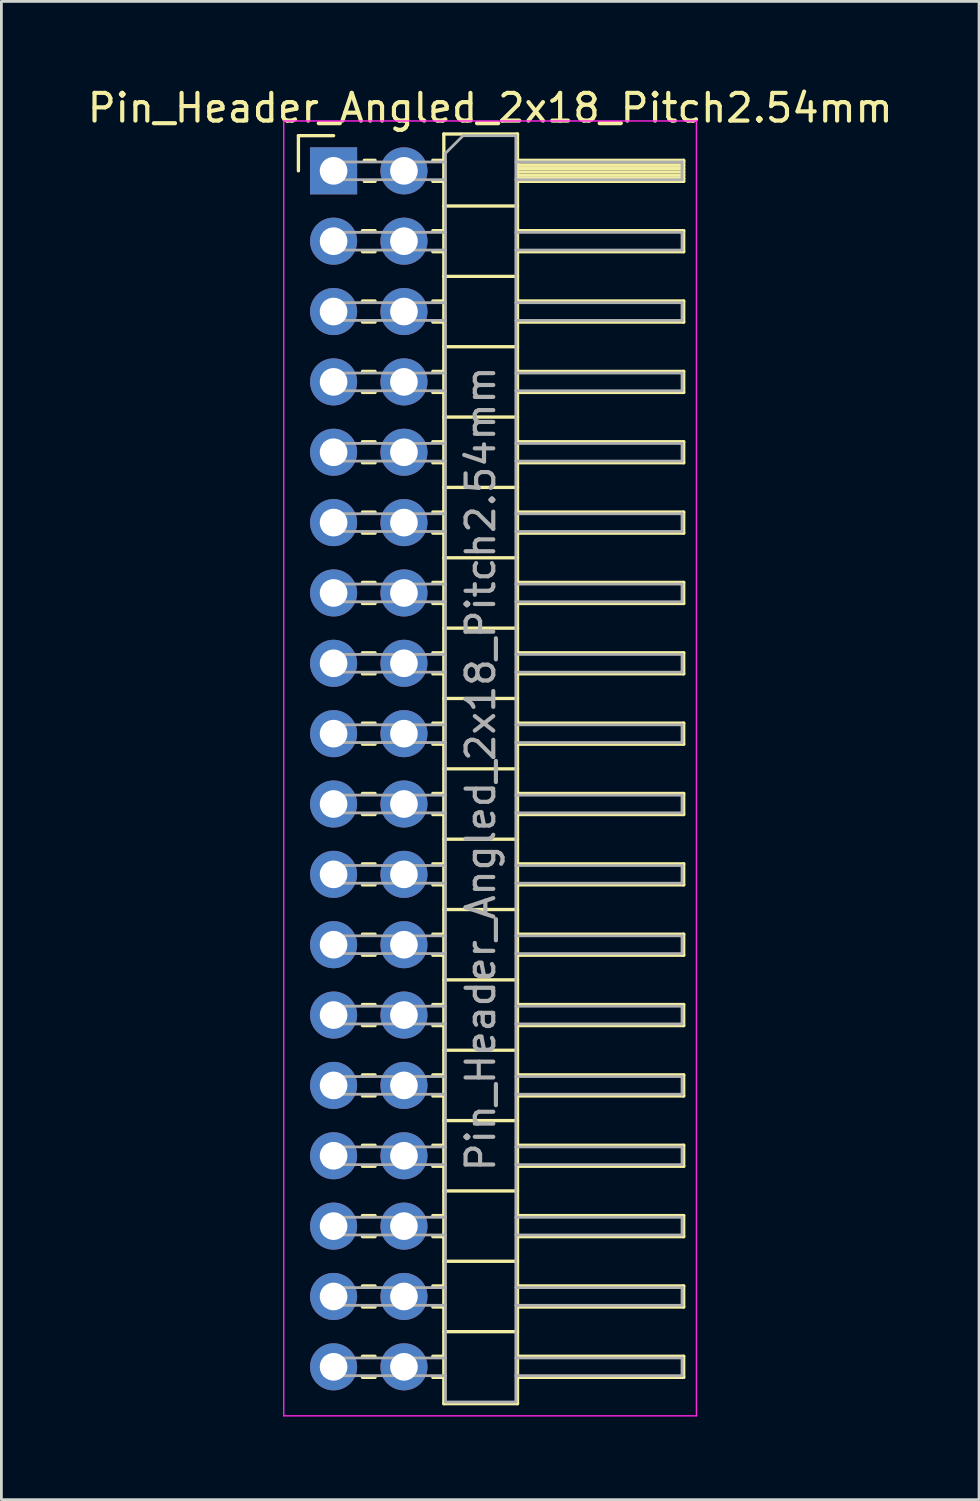
<source format=kicad_pcb>
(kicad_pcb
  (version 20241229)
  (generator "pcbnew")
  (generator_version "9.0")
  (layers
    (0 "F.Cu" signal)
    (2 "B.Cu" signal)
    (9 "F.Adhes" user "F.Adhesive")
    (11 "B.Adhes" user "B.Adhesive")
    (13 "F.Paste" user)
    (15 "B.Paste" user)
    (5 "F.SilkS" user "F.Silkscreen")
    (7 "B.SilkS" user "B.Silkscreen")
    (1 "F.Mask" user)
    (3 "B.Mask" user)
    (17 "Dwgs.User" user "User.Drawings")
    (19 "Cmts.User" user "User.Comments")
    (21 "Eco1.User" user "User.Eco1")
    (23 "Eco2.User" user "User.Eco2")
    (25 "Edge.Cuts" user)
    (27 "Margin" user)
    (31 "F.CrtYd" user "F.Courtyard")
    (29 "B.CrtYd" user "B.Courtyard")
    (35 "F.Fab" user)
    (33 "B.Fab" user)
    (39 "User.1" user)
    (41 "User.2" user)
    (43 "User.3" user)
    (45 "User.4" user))
  (footprint "Pin_Header_Angled_2x18_Pitch2.54mm"
    (layer "F.Cu")
    (at 8.994 3.118)
    (property "Reference" "Pin_Header_Angled_2x18_Pitch2.54mm" (at 5.655 -2.27 0) (layer "F.SilkS") (effects (font (size 1 1) (thickness 0.15))))
    (attr through_hole)
    (fp_line (start -1.27 -1.27) (end 0 -1.27) (stroke (width 0.12) (type solid)) (layer "F.SilkS"))
    (fp_line (start -1.27 0) (end -1.27 -1.27) (stroke (width 0.12) (type solid)) (layer "F.SilkS"))
    (fp_line (start 1.043 2.16) (end 1.497 2.16) (stroke (width 0.12) (type solid)) (layer "F.SilkS"))
    (fp_line (start 1.043 2.92) (end 1.497 2.92) (stroke (width 0.12) (type solid)) (layer "F.SilkS"))
    (fp_line (start 1.043 4.7) (end 1.497 4.7) (stroke (width 0.12) (type solid)) (layer "F.SilkS"))
    (fp_line (start 1.043 5.46) (end 1.497 5.46) (stroke (width 0.12) (type solid)) (layer "F.SilkS"))
    (fp_line (start 1.043 7.24) (end 1.497 7.24) (stroke (width 0.12) (type solid)) (layer "F.SilkS"))
    (fp_line (start 1.043 8) (end 1.497 8) (stroke (width 0.12) (type solid)) (layer "F.SilkS"))
    (fp_line (start 1.043 9.78) (end 1.497 9.78) (stroke (width 0.12) (type solid)) (layer "F.SilkS"))
    (fp_line (start 1.043 10.54) (end 1.497 10.54) (stroke (width 0.12) (type solid)) (layer "F.SilkS"))
    (fp_line (start 1.043 12.32) (end 1.497 12.32) (stroke (width 0.12) (type solid)) (layer "F.SilkS"))
    (fp_line (start 1.043 13.08) (end 1.497 13.08) (stroke (width 0.12) (type solid)) (layer "F.SilkS"))
    (fp_line (start 1.043 14.86) (end 1.497 14.86) (stroke (width 0.12) (type solid)) (layer "F.SilkS"))
    (fp_line (start 1.043 15.62) (end 1.497 15.62) (stroke (width 0.12) (type solid)) (layer "F.SilkS"))
    (fp_line (start 1.043 17.4) (end 1.497 17.4) (stroke (width 0.12) (type solid)) (layer "F.SilkS"))
    (fp_line (start 1.043 18.16) (end 1.497 18.16) (stroke (width 0.12) (type solid)) (layer "F.SilkS"))
    (fp_line (start 1.043 19.94) (end 1.497 19.94) (stroke (width 0.12) (type solid)) (layer "F.SilkS"))
    (fp_line (start 1.043 20.7) (end 1.497 20.7) (stroke (width 0.12) (type solid)) (layer "F.SilkS"))
    (fp_line (start 1.043 22.48) (end 1.497 22.48) (stroke (width 0.12) (type solid)) (layer "F.SilkS"))
    (fp_line (start 1.043 23.24) (end 1.497 23.24) (stroke (width 0.12) (type solid)) (layer "F.SilkS"))
    (fp_line (start 1.043 25.02) (end 1.497 25.02) (stroke (width 0.12) (type solid)) (layer "F.SilkS"))
    (fp_line (start 1.043 25.78) (end 1.497 25.78) (stroke (width 0.12) (type solid)) (layer "F.SilkS"))
    (fp_line (start 1.043 27.56) (end 1.497 27.56) (stroke (width 0.12) (type solid)) (layer "F.SilkS"))
    (fp_line (start 1.043 28.32) (end 1.497 28.32) (stroke (width 0.12) (type solid)) (layer "F.SilkS"))
    (fp_line (start 1.043 30.1) (end 1.497 30.1) (stroke (width 0.12) (type solid)) (layer "F.SilkS"))
    (fp_line (start 1.043 30.86) (end 1.497 30.86) (stroke (width 0.12) (type solid)) (layer "F.SilkS"))
    (fp_line (start 1.043 32.64) (end 1.497 32.64) (stroke (width 0.12) (type solid)) (layer "F.SilkS"))
    (fp_line (start 1.043 33.4) (end 1.497 33.4) (stroke (width 0.12) (type solid)) (layer "F.SilkS"))
    (fp_line (start 1.043 35.18) (end 1.497 35.18) (stroke (width 0.12) (type solid)) (layer "F.SilkS"))
    (fp_line (start 1.043 35.94) (end 1.497 35.94) (stroke (width 0.12) (type solid)) (layer "F.SilkS"))
    (fp_line (start 1.043 37.72) (end 1.497 37.72) (stroke (width 0.12) (type solid)) (layer "F.SilkS"))
    (fp_line (start 1.043 38.48) (end 1.497 38.48) (stroke (width 0.12) (type solid)) (layer "F.SilkS"))
    (fp_line (start 1.043 40.26) (end 1.497 40.26) (stroke (width 0.12) (type solid)) (layer "F.SilkS"))
    (fp_line (start 1.043 41.02) (end 1.497 41.02) (stroke (width 0.12) (type solid)) (layer "F.SilkS"))
    (fp_line (start 1.043 42.8) (end 1.497 42.8) (stroke (width 0.12) (type solid)) (layer "F.SilkS"))
    (fp_line (start 1.043 43.56) (end 1.497 43.56) (stroke (width 0.12) (type solid)) (layer "F.SilkS"))
    (fp_line (start 1.11 -0.38) (end 1.497 -0.38) (stroke (width 0.12) (type solid)) (layer "F.SilkS"))
    (fp_line (start 1.11 0.38) (end 1.497 0.38) (stroke (width 0.12) (type solid)) (layer "F.SilkS"))
    (fp_line (start 3.583 -0.38) (end 3.98 -0.38) (stroke (width 0.12) (type solid)) (layer "F.SilkS"))
    (fp_line (start 3.583 0.38) (end 3.98 0.38) (stroke (width 0.12) (type solid)) (layer "F.SilkS"))
    (fp_line (start 3.583 2.16) (end 3.98 2.16) (stroke (width 0.12) (type solid)) (layer "F.SilkS"))
    (fp_line (start 3.583 2.92) (end 3.98 2.92) (stroke (width 0.12) (type solid)) (layer "F.SilkS"))
    (fp_line (start 3.583 4.7) (end 3.98 4.7) (stroke (width 0.12) (type solid)) (layer "F.SilkS"))
    (fp_line (start 3.583 5.46) (end 3.98 5.46) (stroke (width 0.12) (type solid)) (layer "F.SilkS"))
    (fp_line (start 3.583 7.24) (end 3.98 7.24) (stroke (width 0.12) (type solid)) (layer "F.SilkS"))
    (fp_line (start 3.583 8) (end 3.98 8) (stroke (width 0.12) (type solid)) (layer "F.SilkS"))
    (fp_line (start 3.583 9.78) (end 3.98 9.78) (stroke (width 0.12) (type solid)) (layer "F.SilkS"))
    (fp_line (start 3.583 10.54) (end 3.98 10.54) (stroke (width 0.12) (type solid)) (layer "F.SilkS"))
    (fp_line (start 3.583 12.32) (end 3.98 12.32) (stroke (width 0.12) (type solid)) (layer "F.SilkS"))
    (fp_line (start 3.583 13.08) (end 3.98 13.08) (stroke (width 0.12) (type solid)) (layer "F.SilkS"))
    (fp_line (start 3.583 14.86) (end 3.98 14.86) (stroke (width 0.12) (type solid)) (layer "F.SilkS"))
    (fp_line (start 3.583 15.62) (end 3.98 15.62) (stroke (width 0.12) (type solid)) (layer "F.SilkS"))
    (fp_line (start 3.583 17.4) (end 3.98 17.4) (stroke (width 0.12) (type solid)) (layer "F.SilkS"))
    (fp_line (start 3.583 18.16) (end 3.98 18.16) (stroke (width 0.12) (type solid)) (layer "F.SilkS"))
    (fp_line (start 3.583 19.94) (end 3.98 19.94) (stroke (width 0.12) (type solid)) (layer "F.SilkS"))
    (fp_line (start 3.583 20.7) (end 3.98 20.7) (stroke (width 0.12) (type solid)) (layer "F.SilkS"))
    (fp_line (start 3.583 22.48) (end 3.98 22.48) (stroke (width 0.12) (type solid)) (layer "F.SilkS"))
    (fp_line (start 3.583 23.24) (end 3.98 23.24) (stroke (width 0.12) (type solid)) (layer "F.SilkS"))
    (fp_line (start 3.583 25.02) (end 3.98 25.02) (stroke (width 0.12) (type solid)) (layer "F.SilkS"))
    (fp_line (start 3.583 25.78) (end 3.98 25.78) (stroke (width 0.12) (type solid)) (layer "F.SilkS"))
    (fp_line (start 3.583 27.56) (end 3.98 27.56) (stroke (width 0.12) (type solid)) (layer "F.SilkS"))
    (fp_line (start 3.583 28.32) (end 3.98 28.32) (stroke (width 0.12) (type solid)) (layer "F.SilkS"))
    (fp_line (start 3.583 30.1) (end 3.98 30.1) (stroke (width 0.12) (type solid)) (layer "F.SilkS"))
    (fp_line (start 3.583 30.86) (end 3.98 30.86) (stroke (width 0.12) (type solid)) (layer "F.SilkS"))
    (fp_line (start 3.583 32.64) (end 3.98 32.64) (stroke (width 0.12) (type solid)) (layer "F.SilkS"))
    (fp_line (start 3.583 33.4) (end 3.98 33.4) (stroke (width 0.12) (type solid)) (layer "F.SilkS"))
    (fp_line (start 3.583 35.18) (end 3.98 35.18) (stroke (width 0.12) (type solid)) (layer "F.SilkS"))
    (fp_line (start 3.583 35.94) (end 3.98 35.94) (stroke (width 0.12) (type solid)) (layer "F.SilkS"))
    (fp_line (start 3.583 37.72) (end 3.98 37.72) (stroke (width 0.12) (type solid)) (layer "F.SilkS"))
    (fp_line (start 3.583 38.48) (end 3.98 38.48) (stroke (width 0.12) (type solid)) (layer "F.SilkS"))
    (fp_line (start 3.583 40.26) (end 3.98 40.26) (stroke (width 0.12) (type solid)) (layer "F.SilkS"))
    (fp_line (start 3.583 41.02) (end 3.98 41.02) (stroke (width 0.12) (type solid)) (layer "F.SilkS"))
    (fp_line (start 3.583 42.8) (end 3.98 42.8) (stroke (width 0.12) (type solid)) (layer "F.SilkS"))
    (fp_line (start 3.583 43.56) (end 3.98 43.56) (stroke (width 0.12) (type solid)) (layer "F.SilkS"))
    (fp_line (start 3.98 -1.33) (end 3.98 44.51) (stroke (width 0.12) (type solid)) (layer "F.SilkS"))
    (fp_line (start 3.98 1.27) (end 6.64 1.27) (stroke (width 0.12) (type solid)) (layer "F.SilkS"))
    (fp_line (start 3.98 3.81) (end 6.64 3.81) (stroke (width 0.12) (type solid)) (layer "F.SilkS"))
    (fp_line (start 3.98 6.35) (end 6.64 6.35) (stroke (width 0.12) (type solid)) (layer "F.SilkS"))
    (fp_line (start 3.98 8.89) (end 6.64 8.89) (stroke (width 0.12) (type solid)) (layer "F.SilkS"))
    (fp_line (start 3.98 11.43) (end 6.64 11.43) (stroke (width 0.12) (type solid)) (layer "F.SilkS"))
    (fp_line (start 3.98 13.97) (end 6.64 13.97) (stroke (width 0.12) (type solid)) (layer "F.SilkS"))
    (fp_line (start 3.98 16.51) (end 6.64 16.51) (stroke (width 0.12) (type solid)) (layer "F.SilkS"))
    (fp_line (start 3.98 19.05) (end 6.64 19.05) (stroke (width 0.12) (type solid)) (layer "F.SilkS"))
    (fp_line (start 3.98 21.59) (end 6.64 21.59) (stroke (width 0.12) (type solid)) (layer "F.SilkS"))
    (fp_line (start 3.98 24.13) (end 6.64 24.13) (stroke (width 0.12) (type solid)) (layer "F.SilkS"))
    (fp_line (start 3.98 26.67) (end 6.64 26.67) (stroke (width 0.12) (type solid)) (layer "F.SilkS"))
    (fp_line (start 3.98 29.21) (end 6.64 29.21) (stroke (width 0.12) (type solid)) (layer "F.SilkS"))
    (fp_line (start 3.98 31.75) (end 6.64 31.75) (stroke (width 0.12) (type solid)) (layer "F.SilkS"))
    (fp_line (start 3.98 34.29) (end 6.64 34.29) (stroke (width 0.12) (type solid)) (layer "F.SilkS"))
    (fp_line (start 3.98 36.83) (end 6.64 36.83) (stroke (width 0.12) (type solid)) (layer "F.SilkS"))
    (fp_line (start 3.98 39.37) (end 6.64 39.37) (stroke (width 0.12) (type solid)) (layer "F.SilkS"))
    (fp_line (start 3.98 41.91) (end 6.64 41.91) (stroke (width 0.12) (type solid)) (layer "F.SilkS"))
    (fp_line (start 3.98 44.51) (end 6.64 44.51) (stroke (width 0.12) (type solid)) (layer "F.SilkS"))
    (fp_line (start 6.64 -1.33) (end 3.98 -1.33) (stroke (width 0.12) (type solid)) (layer "F.SilkS"))
    (fp_line (start 6.64 -0.38) (end 12.64 -0.38) (stroke (width 0.12) (type solid)) (layer "F.SilkS"))
    (fp_line (start 6.64 -0.32) (end 12.64 -0.32) (stroke (width 0.12) (type solid)) (layer "F.SilkS"))
    (fp_line (start 6.64 -0.2) (end 12.64 -0.2) (stroke (width 0.12) (type solid)) (layer "F.SilkS"))
    (fp_line (start 6.64 -0.08) (end 12.64 -0.08) (stroke (width 0.12) (type solid)) (layer "F.SilkS"))
    (fp_line (start 6.64 0.04) (end 12.64 0.04) (stroke (width 0.12) (type solid)) (layer "F.SilkS"))
    (fp_line (start 6.64 0.16) (end 12.64 0.16) (stroke (width 0.12) (type solid)) (layer "F.SilkS"))
    (fp_line (start 6.64 0.28) (end 12.64 0.28) (stroke (width 0.12) (type solid)) (layer "F.SilkS"))
    (fp_line (start 6.64 2.16) (end 12.64 2.16) (stroke (width 0.12) (type solid)) (layer "F.SilkS"))
    (fp_line (start 6.64 4.7) (end 12.64 4.7) (stroke (width 0.12) (type solid)) (layer "F.SilkS"))
    (fp_line (start 6.64 7.24) (end 12.64 7.24) (stroke (width 0.12) (type solid)) (layer "F.SilkS"))
    (fp_line (start 6.64 9.78) (end 12.64 9.78) (stroke (width 0.12) (type solid)) (layer "F.SilkS"))
    (fp_line (start 6.64 12.32) (end 12.64 12.32) (stroke (width 0.12) (type solid)) (layer "F.SilkS"))
    (fp_line (start 6.64 14.86) (end 12.64 14.86) (stroke (width 0.12) (type solid)) (layer "F.SilkS"))
    (fp_line (start 6.64 17.4) (end 12.64 17.4) (stroke (width 0.12) (type solid)) (layer "F.SilkS"))
    (fp_line (start 6.64 19.94) (end 12.64 19.94) (stroke (width 0.12) (type solid)) (layer "F.SilkS"))
    (fp_line (start 6.64 22.48) (end 12.64 22.48) (stroke (width 0.12) (type solid)) (layer "F.SilkS"))
    (fp_line (start 6.64 25.02) (end 12.64 25.02) (stroke (width 0.12) (type solid)) (layer "F.SilkS"))
    (fp_line (start 6.64 27.56) (end 12.64 27.56) (stroke (width 0.12) (type solid)) (layer "F.SilkS"))
    (fp_line (start 6.64 30.1) (end 12.64 30.1) (stroke (width 0.12) (type solid)) (layer "F.SilkS"))
    (fp_line (start 6.64 32.64) (end 12.64 32.64) (stroke (width 0.12) (type solid)) (layer "F.SilkS"))
    (fp_line (start 6.64 35.18) (end 12.64 35.18) (stroke (width 0.12) (type solid)) (layer "F.SilkS"))
    (fp_line (start 6.64 37.72) (end 12.64 37.72) (stroke (width 0.12) (type solid)) (layer "F.SilkS"))
    (fp_line (start 6.64 40.26) (end 12.64 40.26) (stroke (width 0.12) (type solid)) (layer "F.SilkS"))
    (fp_line (start 6.64 42.8) (end 12.64 42.8) (stroke (width 0.12) (type solid)) (layer "F.SilkS"))
    (fp_line (start 6.64 44.51) (end 6.64 -1.33) (stroke (width 0.12) (type solid)) (layer "F.SilkS"))
    (fp_line (start 12.64 -0.38) (end 12.64 0.38) (stroke (width 0.12) (type solid)) (layer "F.SilkS"))
    (fp_line (start 12.64 0.38) (end 6.64 0.38) (stroke (width 0.12) (type solid)) (layer "F.SilkS"))
    (fp_line (start 12.64 2.16) (end 12.64 2.92) (stroke (width 0.12) (type solid)) (layer "F.SilkS"))
    (fp_line (start 12.64 2.92) (end 6.64 2.92) (stroke (width 0.12) (type solid)) (layer "F.SilkS"))
    (fp_line (start 12.64 4.7) (end 12.64 5.46) (stroke (width 0.12) (type solid)) (layer "F.SilkS"))
    (fp_line (start 12.64 5.46) (end 6.64 5.46) (stroke (width 0.12) (type solid)) (layer "F.SilkS"))
    (fp_line (start 12.64 7.24) (end 12.64 8) (stroke (width 0.12) (type solid)) (layer "F.SilkS"))
    (fp_line (start 12.64 8) (end 6.64 8) (stroke (width 0.12) (type solid)) (layer "F.SilkS"))
    (fp_line (start 12.64 9.78) (end 12.64 10.54) (stroke (width 0.12) (type solid)) (layer "F.SilkS"))
    (fp_line (start 12.64 10.54) (end 6.64 10.54) (stroke (width 0.12) (type solid)) (layer "F.SilkS"))
    (fp_line (start 12.64 12.32) (end 12.64 13.08) (stroke (width 0.12) (type solid)) (layer "F.SilkS"))
    (fp_line (start 12.64 13.08) (end 6.64 13.08) (stroke (width 0.12) (type solid)) (layer "F.SilkS"))
    (fp_line (start 12.64 14.86) (end 12.64 15.62) (stroke (width 0.12) (type solid)) (layer "F.SilkS"))
    (fp_line (start 12.64 15.62) (end 6.64 15.62) (stroke (width 0.12) (type solid)) (layer "F.SilkS"))
    (fp_line (start 12.64 17.4) (end 12.64 18.16) (stroke (width 0.12) (type solid)) (layer "F.SilkS"))
    (fp_line (start 12.64 18.16) (end 6.64 18.16) (stroke (width 0.12) (type solid)) (layer "F.SilkS"))
    (fp_line (start 12.64 19.94) (end 12.64 20.7) (stroke (width 0.12) (type solid)) (layer "F.SilkS"))
    (fp_line (start 12.64 20.7) (end 6.64 20.7) (stroke (width 0.12) (type solid)) (layer "F.SilkS"))
    (fp_line (start 12.64 22.48) (end 12.64 23.24) (stroke (width 0.12) (type solid)) (layer "F.SilkS"))
    (fp_line (start 12.64 23.24) (end 6.64 23.24) (stroke (width 0.12) (type solid)) (layer "F.SilkS"))
    (fp_line (start 12.64 25.02) (end 12.64 25.78) (stroke (width 0.12) (type solid)) (layer "F.SilkS"))
    (fp_line (start 12.64 25.78) (end 6.64 25.78) (stroke (width 0.12) (type solid)) (layer "F.SilkS"))
    (fp_line (start 12.64 27.56) (end 12.64 28.32) (stroke (width 0.12) (type solid)) (layer "F.SilkS"))
    (fp_line (start 12.64 28.32) (end 6.64 28.32) (stroke (width 0.12) (type solid)) (layer "F.SilkS"))
    (fp_line (start 12.64 30.1) (end 12.64 30.86) (stroke (width 0.12) (type solid)) (layer "F.SilkS"))
    (fp_line (start 12.64 30.86) (end 6.64 30.86) (stroke (width 0.12) (type solid)) (layer "F.SilkS"))
    (fp_line (start 12.64 32.64) (end 12.64 33.4) (stroke (width 0.12) (type solid)) (layer "F.SilkS"))
    (fp_line (start 12.64 33.4) (end 6.64 33.4) (stroke (width 0.12) (type solid)) (layer "F.SilkS"))
    (fp_line (start 12.64 35.18) (end 12.64 35.94) (stroke (width 0.12) (type solid)) (layer "F.SilkS"))
    (fp_line (start 12.64 35.94) (end 6.64 35.94) (stroke (width 0.12) (type solid)) (layer "F.SilkS"))
    (fp_line (start 12.64 37.72) (end 12.64 38.48) (stroke (width 0.12) (type solid)) (layer "F.SilkS"))
    (fp_line (start 12.64 38.48) (end 6.64 38.48) (stroke (width 0.12) (type solid)) (layer "F.SilkS"))
    (fp_line (start 12.64 40.26) (end 12.64 41.02) (stroke (width 0.12) (type solid)) (layer "F.SilkS"))
    (fp_line (start 12.64 41.02) (end 6.64 41.02) (stroke (width 0.12) (type solid)) (layer "F.SilkS"))
    (fp_line (start 12.64 42.8) (end 12.64 43.56) (stroke (width 0.12) (type solid)) (layer "F.SilkS"))
    (fp_line (start 12.64 43.56) (end 6.64 43.56) (stroke (width 0.12) (type solid)) (layer "F.SilkS"))
    (fp_line (start -1.8 -1.8) (end -1.8 44.95) (stroke (width 0.05) (type solid)) (layer "F.CrtYd"))
    (fp_line (start -1.8 44.95) (end 13.1 44.95) (stroke (width 0.05) (type solid)) (layer "F.CrtYd"))
    (fp_line (start 13.1 -1.8) (end -1.8 -1.8) (stroke (width 0.05) (type solid)) (layer "F.CrtYd"))
    (fp_line (start 13.1 44.95) (end 13.1 -1.8) (stroke (width 0.05) (type solid)) (layer "F.CrtYd"))
    (fp_line (start -0.32 -0.32) (end -0.32 0.32) (stroke (width 0.1) (type solid)) (layer "F.Fab"))
    (fp_line (start -0.32 -0.32) (end 4.04 -0.32) (stroke (width 0.1) (type solid)) (layer "F.Fab"))
    (fp_line (start -0.32 0.32) (end 4.04 0.32) (stroke (width 0.1) (type solid)) (layer "F.Fab"))
    (fp_line (start -0.32 2.22) (end -0.32 2.86) (stroke (width 0.1) (type solid)) (layer "F.Fab"))
    (fp_line (start -0.32 2.22) (end 4.04 2.22) (stroke (width 0.1) (type solid)) (layer "F.Fab"))
    (fp_line (start -0.32 2.86) (end 4.04 2.86) (stroke (width 0.1) (type solid)) (layer "F.Fab"))
    (fp_line (start -0.32 4.76) (end -0.32 5.4) (stroke (width 0.1) (type solid)) (layer "F.Fab"))
    (fp_line (start -0.32 4.76) (end 4.04 4.76) (stroke (width 0.1) (type solid)) (layer "F.Fab"))
    (fp_line (start -0.32 5.4) (end 4.04 5.4) (stroke (width 0.1) (type solid)) (layer "F.Fab"))
    (fp_line (start -0.32 7.3) (end -0.32 7.94) (stroke (width 0.1) (type solid)) (layer "F.Fab"))
    (fp_line (start -0.32 7.3) (end 4.04 7.3) (stroke (width 0.1) (type solid)) (layer "F.Fab"))
    (fp_line (start -0.32 7.94) (end 4.04 7.94) (stroke (width 0.1) (type solid)) (layer "F.Fab"))
    (fp_line (start -0.32 9.84) (end -0.32 10.48) (stroke (width 0.1) (type solid)) (layer "F.Fab"))
    (fp_line (start -0.32 9.84) (end 4.04 9.84) (stroke (width 0.1) (type solid)) (layer "F.Fab"))
    (fp_line (start -0.32 10.48) (end 4.04 10.48) (stroke (width 0.1) (type solid)) (layer "F.Fab"))
    (fp_line (start -0.32 12.38) (end -0.32 13.02) (stroke (width 0.1) (type solid)) (layer "F.Fab"))
    (fp_line (start -0.32 12.38) (end 4.04 12.38) (stroke (width 0.1) (type solid)) (layer "F.Fab"))
    (fp_line (start -0.32 13.02) (end 4.04 13.02) (stroke (width 0.1) (type solid)) (layer "F.Fab"))
    (fp_line (start -0.32 14.92) (end -0.32 15.56) (stroke (width 0.1) (type solid)) (layer "F.Fab"))
    (fp_line (start -0.32 14.92) (end 4.04 14.92) (stroke (width 0.1) (type solid)) (layer "F.Fab"))
    (fp_line (start -0.32 15.56) (end 4.04 15.56) (stroke (width 0.1) (type solid)) (layer "F.Fab"))
    (fp_line (start -0.32 17.46) (end -0.32 18.1) (stroke (width 0.1) (type solid)) (layer "F.Fab"))
    (fp_line (start -0.32 17.46) (end 4.04 17.46) (stroke (width 0.1) (type solid)) (layer "F.Fab"))
    (fp_line (start -0.32 18.1) (end 4.04 18.1) (stroke (width 0.1) (type solid)) (layer "F.Fab"))
    (fp_line (start -0.32 20) (end -0.32 20.64) (stroke (width 0.1) (type solid)) (layer "F.Fab"))
    (fp_line (start -0.32 20) (end 4.04 20) (stroke (width 0.1) (type solid)) (layer "F.Fab"))
    (fp_line (start -0.32 20.64) (end 4.04 20.64) (stroke (width 0.1) (type solid)) (layer "F.Fab"))
    (fp_line (start -0.32 22.54) (end -0.32 23.18) (stroke (width 0.1) (type solid)) (layer "F.Fab"))
    (fp_line (start -0.32 22.54) (end 4.04 22.54) (stroke (width 0.1) (type solid)) (layer "F.Fab"))
    (fp_line (start -0.32 23.18) (end 4.04 23.18) (stroke (width 0.1) (type solid)) (layer "F.Fab"))
    (fp_line (start -0.32 25.08) (end -0.32 25.72) (stroke (width 0.1) (type solid)) (layer "F.Fab"))
    (fp_line (start -0.32 25.08) (end 4.04 25.08) (stroke (width 0.1) (type solid)) (layer "F.Fab"))
    (fp_line (start -0.32 25.72) (end 4.04 25.72) (stroke (width 0.1) (type solid)) (layer "F.Fab"))
    (fp_line (start -0.32 27.62) (end -0.32 28.26) (stroke (width 0.1) (type solid)) (layer "F.Fab"))
    (fp_line (start -0.32 27.62) (end 4.04 27.62) (stroke (width 0.1) (type solid)) (layer "F.Fab"))
    (fp_line (start -0.32 28.26) (end 4.04 28.26) (stroke (width 0.1) (type solid)) (layer "F.Fab"))
    (fp_line (start -0.32 30.16) (end -0.32 30.8) (stroke (width 0.1) (type solid)) (layer "F.Fab"))
    (fp_line (start -0.32 30.16) (end 4.04 30.16) (stroke (width 0.1) (type solid)) (layer "F.Fab"))
    (fp_line (start -0.32 30.8) (end 4.04 30.8) (stroke (width 0.1) (type solid)) (layer "F.Fab"))
    (fp_line (start -0.32 32.7) (end -0.32 33.34) (stroke (width 0.1) (type solid)) (layer "F.Fab"))
    (fp_line (start -0.32 32.7) (end 4.04 32.7) (stroke (width 0.1) (type solid)) (layer "F.Fab"))
    (fp_line (start -0.32 33.34) (end 4.04 33.34) (stroke (width 0.1) (type solid)) (layer "F.Fab"))
    (fp_line (start -0.32 35.24) (end -0.32 35.88) (stroke (width 0.1) (type solid)) (layer "F.Fab"))
    (fp_line (start -0.32 35.24) (end 4.04 35.24) (stroke (width 0.1) (type solid)) (layer "F.Fab"))
    (fp_line (start -0.32 35.88) (end 4.04 35.88) (stroke (width 0.1) (type solid)) (layer "F.Fab"))
    (fp_line (start -0.32 37.78) (end -0.32 38.42) (stroke (width 0.1) (type solid)) (layer "F.Fab"))
    (fp_line (start -0.32 37.78) (end 4.04 37.78) (stroke (width 0.1) (type solid)) (layer "F.Fab"))
    (fp_line (start -0.32 38.42) (end 4.04 38.42) (stroke (width 0.1) (type solid)) (layer "F.Fab"))
    (fp_line (start -0.32 40.32) (end -0.32 40.96) (stroke (width 0.1) (type solid)) (layer "F.Fab"))
    (fp_line (start -0.32 40.32) (end 4.04 40.32) (stroke (width 0.1) (type solid)) (layer "F.Fab"))
    (fp_line (start -0.32 40.96) (end 4.04 40.96) (stroke (width 0.1) (type solid)) (layer "F.Fab"))
    (fp_line (start -0.32 42.86) (end -0.32 43.5) (stroke (width 0.1) (type solid)) (layer "F.Fab"))
    (fp_line (start -0.32 42.86) (end 4.04 42.86) (stroke (width 0.1) (type solid)) (layer "F.Fab"))
    (fp_line (start -0.32 43.5) (end 4.04 43.5) (stroke (width 0.1) (type solid)) (layer "F.Fab"))
    (fp_line (start 4.04 -0.635) (end 4.675 -1.27) (stroke (width 0.1) (type solid)) (layer "F.Fab"))
    (fp_line (start 4.04 44.45) (end 4.04 -0.635) (stroke (width 0.1) (type solid)) (layer "F.Fab"))
    (fp_line (start 4.675 -1.27) (end 6.58 -1.27) (stroke (width 0.1) (type solid)) (layer "F.Fab"))
    (fp_line (start 6.58 -1.27) (end 6.58 44.45) (stroke (width 0.1) (type solid)) (layer "F.Fab"))
    (fp_line (start 6.58 -0.32) (end 12.58 -0.32) (stroke (width 0.1) (type solid)) (layer "F.Fab"))
    (fp_line (start 6.58 0.32) (end 12.58 0.32) (stroke (width 0.1) (type solid)) (layer "F.Fab"))
    (fp_line (start 6.58 2.22) (end 12.58 2.22) (stroke (width 0.1) (type solid)) (layer "F.Fab"))
    (fp_line (start 6.58 2.86) (end 12.58 2.86) (stroke (width 0.1) (type solid)) (layer "F.Fab"))
    (fp_line (start 6.58 4.76) (end 12.58 4.76) (stroke (width 0.1) (type solid)) (layer "F.Fab"))
    (fp_line (start 6.58 5.4) (end 12.58 5.4) (stroke (width 0.1) (type solid)) (layer "F.Fab"))
    (fp_line (start 6.58 7.3) (end 12.58 7.3) (stroke (width 0.1) (type solid)) (layer "F.Fab"))
    (fp_line (start 6.58 7.94) (end 12.58 7.94) (stroke (width 0.1) (type solid)) (layer "F.Fab"))
    (fp_line (start 6.58 9.84) (end 12.58 9.84) (stroke (width 0.1) (type solid)) (layer "F.Fab"))
    (fp_line (start 6.58 10.48) (end 12.58 10.48) (stroke (width 0.1) (type solid)) (layer "F.Fab"))
    (fp_line (start 6.58 12.38) (end 12.58 12.38) (stroke (width 0.1) (type solid)) (layer "F.Fab"))
    (fp_line (start 6.58 13.02) (end 12.58 13.02) (stroke (width 0.1) (type solid)) (layer "F.Fab"))
    (fp_line (start 6.58 14.92) (end 12.58 14.92) (stroke (width 0.1) (type solid)) (layer "F.Fab"))
    (fp_line (start 6.58 15.56) (end 12.58 15.56) (stroke (width 0.1) (type solid)) (layer "F.Fab"))
    (fp_line (start 6.58 17.46) (end 12.58 17.46) (stroke (width 0.1) (type solid)) (layer "F.Fab"))
    (fp_line (start 6.58 18.1) (end 12.58 18.1) (stroke (width 0.1) (type solid)) (layer "F.Fab"))
    (fp_line (start 6.58 20) (end 12.58 20) (stroke (width 0.1) (type solid)) (layer "F.Fab"))
    (fp_line (start 6.58 20.64) (end 12.58 20.64) (stroke (width 0.1) (type solid)) (layer "F.Fab"))
    (fp_line (start 6.58 22.54) (end 12.58 22.54) (stroke (width 0.1) (type solid)) (layer "F.Fab"))
    (fp_line (start 6.58 23.18) (end 12.58 23.18) (stroke (width 0.1) (type solid)) (layer "F.Fab"))
    (fp_line (start 6.58 25.08) (end 12.58 25.08) (stroke (width 0.1) (type solid)) (layer "F.Fab"))
    (fp_line (start 6.58 25.72) (end 12.58 25.72) (stroke (width 0.1) (type solid)) (layer "F.Fab"))
    (fp_line (start 6.58 27.62) (end 12.58 27.62) (stroke (width 0.1) (type solid)) (layer "F.Fab"))
    (fp_line (start 6.58 28.26) (end 12.58 28.26) (stroke (width 0.1) (type solid)) (layer "F.Fab"))
    (fp_line (start 6.58 30.16) (end 12.58 30.16) (stroke (width 0.1) (type solid)) (layer "F.Fab"))
    (fp_line (start 6.58 30.8) (end 12.58 30.8) (stroke (width 0.1) (type solid)) (layer "F.Fab"))
    (fp_line (start 6.58 32.7) (end 12.58 32.7) (stroke (width 0.1) (type solid)) (layer "F.Fab"))
    (fp_line (start 6.58 33.34) (end 12.58 33.34) (stroke (width 0.1) (type solid)) (layer "F.Fab"))
    (fp_line (start 6.58 35.24) (end 12.58 35.24) (stroke (width 0.1) (type solid)) (layer "F.Fab"))
    (fp_line (start 6.58 35.88) (end 12.58 35.88) (stroke (width 0.1) (type solid)) (layer "F.Fab"))
    (fp_line (start 6.58 37.78) (end 12.58 37.78) (stroke (width 0.1) (type solid)) (layer "F.Fab"))
    (fp_line (start 6.58 38.42) (end 12.58 38.42) (stroke (width 0.1) (type solid)) (layer "F.Fab"))
    (fp_line (start 6.58 40.32) (end 12.58 40.32) (stroke (width 0.1) (type solid)) (layer "F.Fab"))
    (fp_line (start 6.58 40.96) (end 12.58 40.96) (stroke (width 0.1) (type solid)) (layer "F.Fab"))
    (fp_line (start 6.58 42.86) (end 12.58 42.86) (stroke (width 0.1) (type solid)) (layer "F.Fab"))
    (fp_line (start 6.58 43.5) (end 12.58 43.5) (stroke (width 0.1) (type solid)) (layer "F.Fab"))
    (fp_line (start 6.58 44.45) (end 4.04 44.45) (stroke (width 0.1) (type solid)) (layer "F.Fab"))
    (fp_line (start 12.58 -0.32) (end 12.58 0.32) (stroke (width 0.1) (type solid)) (layer "F.Fab"))
    (fp_line (start 12.58 2.22) (end 12.58 2.86) (stroke (width 0.1) (type solid)) (layer "F.Fab"))
    (fp_line (start 12.58 4.76) (end 12.58 5.4) (stroke (width 0.1) (type solid)) (layer "F.Fab"))
    (fp_line (start 12.58 7.3) (end 12.58 7.94) (stroke (width 0.1) (type solid)) (layer "F.Fab"))
    (fp_line (start 12.58 9.84) (end 12.58 10.48) (stroke (width 0.1) (type solid)) (layer "F.Fab"))
    (fp_line (start 12.58 12.38) (end 12.58 13.02) (stroke (width 0.1) (type solid)) (layer "F.Fab"))
    (fp_line (start 12.58 14.92) (end 12.58 15.56) (stroke (width 0.1) (type solid)) (layer "F.Fab"))
    (fp_line (start 12.58 17.46) (end 12.58 18.1) (stroke (width 0.1) (type solid)) (layer "F.Fab"))
    (fp_line (start 12.58 20) (end 12.58 20.64) (stroke (width 0.1) (type solid)) (layer "F.Fab"))
    (fp_line (start 12.58 22.54) (end 12.58 23.18) (stroke (width 0.1) (type solid)) (layer "F.Fab"))
    (fp_line (start 12.58 25.08) (end 12.58 25.72) (stroke (width 0.1) (type solid)) (layer "F.Fab"))
    (fp_line (start 12.58 27.62) (end 12.58 28.26) (stroke (width 0.1) (type solid)) (layer "F.Fab"))
    (fp_line (start 12.58 30.16) (end 12.58 30.8) (stroke (width 0.1) (type solid)) (layer "F.Fab"))
    (fp_line (start 12.58 32.7) (end 12.58 33.34) (stroke (width 0.1) (type solid)) (layer "F.Fab"))
    (fp_line (start 12.58 35.24) (end 12.58 35.88) (stroke (width 0.1) (type solid)) (layer "F.Fab"))
    (fp_line (start 12.58 37.78) (end 12.58 38.42) (stroke (width 0.1) (type solid)) (layer "F.Fab"))
    (fp_line (start 12.58 40.32) (end 12.58 40.96) (stroke (width 0.1) (type solid)) (layer "F.Fab"))
    (fp_line (start 12.58 42.86) (end 12.58 43.5) (stroke (width 0.1) (type solid)) (layer "F.Fab"))
    (fp_text user "${REFERENCE}" (at 5.31 21.59 90) (layer "F.Fab") (effects (font (size 1 1) (thickness 0.15))))
    (pad "1" thru_hole rect (at 0 0) (size 1.7 1.7) (drill 1) (layers "*.Cu" "*.Mask"))
    (pad "2" thru_hole oval (at 2.54 0) (size 1.7 1.7) (drill 1) (layers "*.Cu" "*.Mask"))
    (pad "3" thru_hole oval (at 0 2.54) (size 1.7 1.7) (drill 1) (layers "*.Cu" "*.Mask"))
    (pad "4" thru_hole oval (at 2.54 2.54) (size 1.7 1.7) (drill 1) (layers "*.Cu" "*.Mask"))
    (pad "5" thru_hole oval (at 0 5.08) (size 1.7 1.7) (drill 1) (layers "*.Cu" "*.Mask"))
    (pad "6" thru_hole oval (at 2.54 5.08) (size 1.7 1.7) (drill 1) (layers "*.Cu" "*.Mask"))
    (pad "7" thru_hole oval (at 0 7.62) (size 1.7 1.7) (drill 1) (layers "*.Cu" "*.Mask"))
    (pad "8" thru_hole oval (at 2.54 7.62) (size 1.7 1.7) (drill 1) (layers "*.Cu" "*.Mask"))
    (pad "9" thru_hole oval (at 0 10.16) (size 1.7 1.7) (drill 1) (layers "*.Cu" "*.Mask"))
    (pad "10" thru_hole oval (at 2.54 10.16) (size 1.7 1.7) (drill 1) (layers "*.Cu" "*.Mask"))
    (pad "11" thru_hole oval (at 0 12.7) (size 1.7 1.7) (drill 1) (layers "*.Cu" "*.Mask"))
    (pad "12" thru_hole oval (at 2.54 12.7) (size 1.7 1.7) (drill 1) (layers "*.Cu" "*.Mask"))
    (pad "13" thru_hole oval (at 0 15.24) (size 1.7 1.7) (drill 1) (layers "*.Cu" "*.Mask"))
    (pad "14" thru_hole oval (at 2.54 15.24) (size 1.7 1.7) (drill 1) (layers "*.Cu" "*.Mask"))
    (pad "15" thru_hole oval (at 0 17.78) (size 1.7 1.7) (drill 1) (layers "*.Cu" "*.Mask"))
    (pad "16" thru_hole oval (at 2.54 17.78) (size 1.7 1.7) (drill 1) (layers "*.Cu" "*.Mask"))
    (pad "17" thru_hole oval (at 0 20.32) (size 1.7 1.7) (drill 1) (layers "*.Cu" "*.Mask"))
    (pad "18" thru_hole oval (at 2.54 20.32) (size 1.7 1.7) (drill 1) (layers "*.Cu" "*.Mask"))
    (pad "19" thru_hole oval (at 0 22.86) (size 1.7 1.7) (drill 1) (layers "*.Cu" "*.Mask"))
    (pad "20" thru_hole oval (at 2.54 22.86) (size 1.7 1.7) (drill 1) (layers "*.Cu" "*.Mask"))
    (pad "21" thru_hole oval (at 0 25.4) (size 1.7 1.7) (drill 1) (layers "*.Cu" "*.Mask"))
    (pad "22" thru_hole oval (at 2.54 25.4) (size 1.7 1.7) (drill 1) (layers "*.Cu" "*.Mask"))
    (pad "23" thru_hole oval (at 0 27.94) (size 1.7 1.7) (drill 1) (layers "*.Cu" "*.Mask"))
    (pad "24" thru_hole oval (at 2.54 27.94) (size 1.7 1.7) (drill 1) (layers "*.Cu" "*.Mask"))
    (pad "25" thru_hole oval (at 0 30.48) (size 1.7 1.7) (drill 1) (layers "*.Cu" "*.Mask"))
    (pad "26" thru_hole oval (at 2.54 30.48) (size 1.7 1.7) (drill 1) (layers "*.Cu" "*.Mask"))
    (pad "27" thru_hole oval (at 0 33.02) (size 1.7 1.7) (drill 1) (layers "*.Cu" "*.Mask"))
    (pad "28" thru_hole oval (at 2.54 33.02) (size 1.7 1.7) (drill 1) (layers "*.Cu" "*.Mask"))
    (pad "29" thru_hole oval (at 0 35.56) (size 1.7 1.7) (drill 1) (layers "*.Cu" "*.Mask"))
    (pad "30" thru_hole oval (at 2.54 35.56) (size 1.7 1.7) (drill 1) (layers "*.Cu" "*.Mask"))
    (pad "31" thru_hole oval (at 0 38.1) (size 1.7 1.7) (drill 1) (layers "*.Cu" "*.Mask"))
    (pad "32" thru_hole oval (at 2.54 38.1) (size 1.7 1.7) (drill 1) (layers "*.Cu" "*.Mask"))
    (pad "33" thru_hole oval (at 0 40.64) (size 1.7 1.7) (drill 1) (layers "*.Cu" "*.Mask"))
    (pad "34" thru_hole oval (at 2.54 40.64) (size 1.7 1.7) (drill 1) (layers "*.Cu" "*.Mask"))
    (pad "35" thru_hole oval (at 0 43.18) (size 1.7 1.7) (drill 1) (layers "*.Cu" "*.Mask"))
    (pad "36" thru_hole oval (at 2.54 43.18) (size 1.7 1.7) (drill 1) (layers "*.Cu" "*.Mask")))
  (gr_rect
    (start -3 -3)
    (end 32.298 51.093)
    (stroke (width 0.1) (type default))
    (fill no)
    (layer "Edge.Cuts")))
</source>
